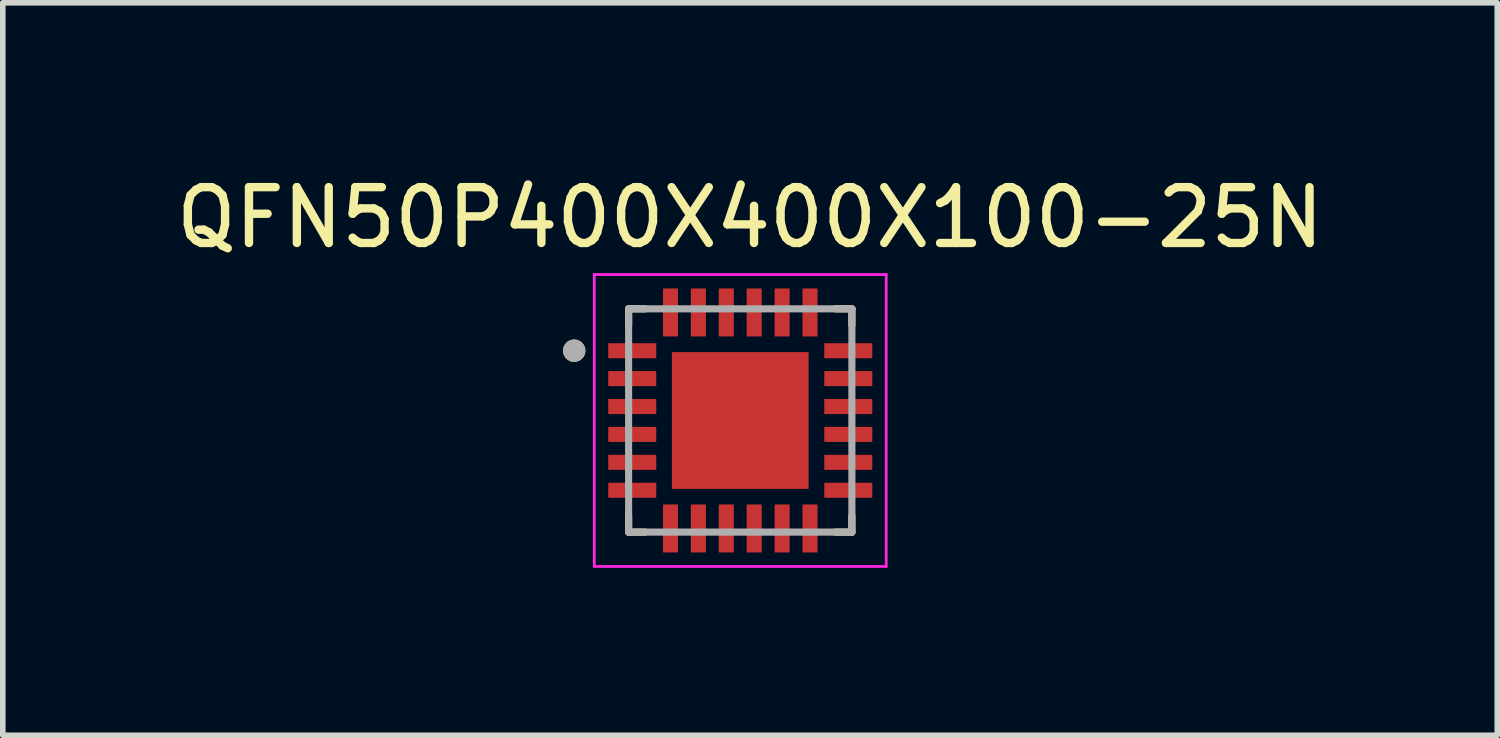
<source format=kicad_pcb>
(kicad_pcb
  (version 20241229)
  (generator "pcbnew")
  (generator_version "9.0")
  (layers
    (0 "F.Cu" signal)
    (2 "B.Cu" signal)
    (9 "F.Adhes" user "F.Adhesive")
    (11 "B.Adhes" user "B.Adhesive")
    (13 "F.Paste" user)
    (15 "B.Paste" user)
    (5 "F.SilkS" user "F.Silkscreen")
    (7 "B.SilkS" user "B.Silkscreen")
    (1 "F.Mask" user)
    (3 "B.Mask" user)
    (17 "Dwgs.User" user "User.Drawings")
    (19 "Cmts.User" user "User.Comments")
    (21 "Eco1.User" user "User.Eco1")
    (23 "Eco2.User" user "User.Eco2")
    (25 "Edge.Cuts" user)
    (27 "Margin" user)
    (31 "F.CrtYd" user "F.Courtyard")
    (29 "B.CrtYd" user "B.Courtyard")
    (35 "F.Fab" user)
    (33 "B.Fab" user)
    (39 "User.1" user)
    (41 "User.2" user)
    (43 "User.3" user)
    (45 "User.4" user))
  (footprint "QFN50P400X400X100-25N"
    (layer "F.Cu")
    (at 10.212 4.483)
    (property "Reference" "QFN50P400X400X100-25N" (at 0.175 -3.635 0) (layer "F.SilkS") (effects (font (size 1 1) (thickness 0.15))))
    (attr through_hole)
    (fp_line (start -2 -2) (end -2 -1.705) (stroke (width 0.127) (type solid)) (layer "F.SilkS"))
    (fp_line (start -2 -2) (end -1.705 -2) (stroke (width 0.127) (type solid)) (layer "F.SilkS"))
    (fp_line (start -2 2) (end -2 1.705) (stroke (width 0.127) (type solid)) (layer "F.SilkS"))
    (fp_line (start -2 2) (end -1.705 2) (stroke (width 0.127) (type solid)) (layer "F.SilkS"))
    (fp_line (start 2 -2) (end 1.705 -2) (stroke (width 0.127) (type solid)) (layer "F.SilkS"))
    (fp_line (start 2 -2) (end 2 -1.705) (stroke (width 0.127) (type solid)) (layer "F.SilkS"))
    (fp_line (start 2 2) (end 1.705 2) (stroke (width 0.127) (type solid)) (layer "F.SilkS"))
    (fp_line (start 2 2) (end 2 1.705) (stroke (width 0.127) (type solid)) (layer "F.SilkS"))
    (fp_circle (center -2.975 -1.25) (end -2.875 -1.25) (stroke (width 0.2) (type solid)) (fill no) (layer "F.SilkS"))
    (fp_poly (pts (xy -0.775 -0.775) (xy 0.775 -0.775) (xy 0.775 0.775) (xy -0.775 0.775)) (stroke (width 0.01) (type solid)) (fill yes) (layer "F.Paste"))
    (fp_line (start -2.615 -2.615) (end 2.615 -2.615) (stroke (width 0.05) (type solid)) (layer "F.CrtYd"))
    (fp_line (start -2.615 2.615) (end -2.615 -2.615) (stroke (width 0.05) (type solid)) (layer "F.CrtYd"))
    (fp_line (start -2.615 2.615) (end 2.615 2.615) (stroke (width 0.05) (type solid)) (layer "F.CrtYd"))
    (fp_line (start 2.615 2.615) (end 2.615 -2.615) (stroke (width 0.05) (type solid)) (layer "F.CrtYd"))
    (fp_line (start -2 2) (end -2 -2) (stroke (width 0.127) (type solid)) (layer "F.Fab"))
    (fp_line (start 2 -2) (end -2 -2) (stroke (width 0.127) (type solid)) (layer "F.Fab"))
    (fp_line (start 2 2) (end -2 2) (stroke (width 0.127) (type solid)) (layer "F.Fab"))
    (fp_line (start 2 2) (end 2 -2) (stroke (width 0.127) (type solid)) (layer "F.Fab"))
    (fp_circle (center -2.975 -1.25) (end -2.875 -1.25) (stroke (width 0.2) (type solid)) (fill no) (layer "F.Fab"))
    (pad "1" smd roundrect (at -1.935 -1.25) (size 0.86 0.27) (layers "F.Cu" "F.Mask" "F.Paste") (roundrect_rratio 0.03))
    (pad "2" smd roundrect (at -1.935 -0.75) (size 0.86 0.27) (layers "F.Cu" "F.Mask" "F.Paste") (roundrect_rratio 0.03))
    (pad "3" smd roundrect (at -1.935 -0.25) (size 0.86 0.27) (layers "F.Cu" "F.Mask" "F.Paste") (roundrect_rratio 0.03))
    (pad "4" smd roundrect (at -1.935 0.25) (size 0.86 0.27) (layers "F.Cu" "F.Mask" "F.Paste") (roundrect_rratio 0.03))
    (pad "5" smd roundrect (at -1.935 0.75) (size 0.86 0.27) (layers "F.Cu" "F.Mask" "F.Paste") (roundrect_rratio 0.03))
    (pad "6" smd roundrect (at -1.935 1.25) (size 0.86 0.27) (layers "F.Cu" "F.Mask" "F.Paste") (roundrect_rratio 0.03))
    (pad "7" smd roundrect (at -1.25 1.935) (size 0.27 0.86) (layers "F.Cu" "F.Mask" "F.Paste") (roundrect_rratio 0.03))
    (pad "8" smd roundrect (at -0.75 1.935) (size 0.27 0.86) (layers "F.Cu" "F.Mask" "F.Paste") (roundrect_rratio 0.03))
    (pad "9" smd roundrect (at -0.25 1.935) (size 0.27 0.86) (layers "F.Cu" "F.Mask" "F.Paste") (roundrect_rratio 0.03))
    (pad "10" smd roundrect (at 0.25 1.935) (size 0.27 0.86) (layers "F.Cu" "F.Mask" "F.Paste") (roundrect_rratio 0.03))
    (pad "11" smd roundrect (at 0.75 1.935) (size 0.27 0.86) (layers "F.Cu" "F.Mask" "F.Paste") (roundrect_rratio 0.03))
    (pad "12" smd roundrect (at 1.25 1.935) (size 0.27 0.86) (layers "F.Cu" "F.Mask" "F.Paste") (roundrect_rratio 0.03))
    (pad "13" smd roundrect (at 1.935 1.25) (size 0.86 0.27) (layers "F.Cu" "F.Mask" "F.Paste") (roundrect_rratio 0.03))
    (pad "14" smd roundrect (at 1.935 0.75) (size 0.86 0.27) (layers "F.Cu" "F.Mask" "F.Paste") (roundrect_rratio 0.03))
    (pad "15" smd roundrect (at 1.935 0.25) (size 0.86 0.27) (layers "F.Cu" "F.Mask" "F.Paste") (roundrect_rratio 0.03))
    (pad "16" smd roundrect (at 1.935 -0.25) (size 0.86 0.27) (layers "F.Cu" "F.Mask" "F.Paste") (roundrect_rratio 0.03))
    (pad "17" smd roundrect (at 1.935 -0.75) (size 0.86 0.27) (layers "F.Cu" "F.Mask" "F.Paste") (roundrect_rratio 0.03))
    (pad "18" smd roundrect (at 1.935 -1.25) (size 0.86 0.27) (layers "F.Cu" "F.Mask" "F.Paste") (roundrect_rratio 0.03))
    (pad "19" smd roundrect (at 1.25 -1.935) (size 0.27 0.86) (layers "F.Cu" "F.Mask" "F.Paste") (roundrect_rratio 0.03))
    (pad "20" smd roundrect (at 0.75 -1.935) (size 0.27 0.86) (layers "F.Cu" "F.Mask" "F.Paste") (roundrect_rratio 0.03))
    (pad "21" smd roundrect (at 0.25 -1.935) (size 0.27 0.86) (layers "F.Cu" "F.Mask" "F.Paste") (roundrect_rratio 0.03))
    (pad "22" smd roundrect (at -0.25 -1.935) (size 0.27 0.86) (layers "F.Cu" "F.Mask" "F.Paste") (roundrect_rratio 0.03))
    (pad "23" smd roundrect (at -0.75 -1.935) (size 0.27 0.86) (layers "F.Cu" "F.Mask" "F.Paste") (roundrect_rratio 0.03))
    (pad "24" smd roundrect (at -1.25 -1.935) (size 0.27 0.86) (layers "F.Cu" "F.Mask" "F.Paste") (roundrect_rratio 0.03))
    (pad "25" smd rect (at 0 0) (size 2.45 2.45) (layers "F.Cu" "F.Mask")))
  (gr_rect
    (start -3 -3)
    (end 23.774 10.123)
    (stroke (width 0.1) (type default))
    (fill no)
    (layer "Edge.Cuts")))
</source>
